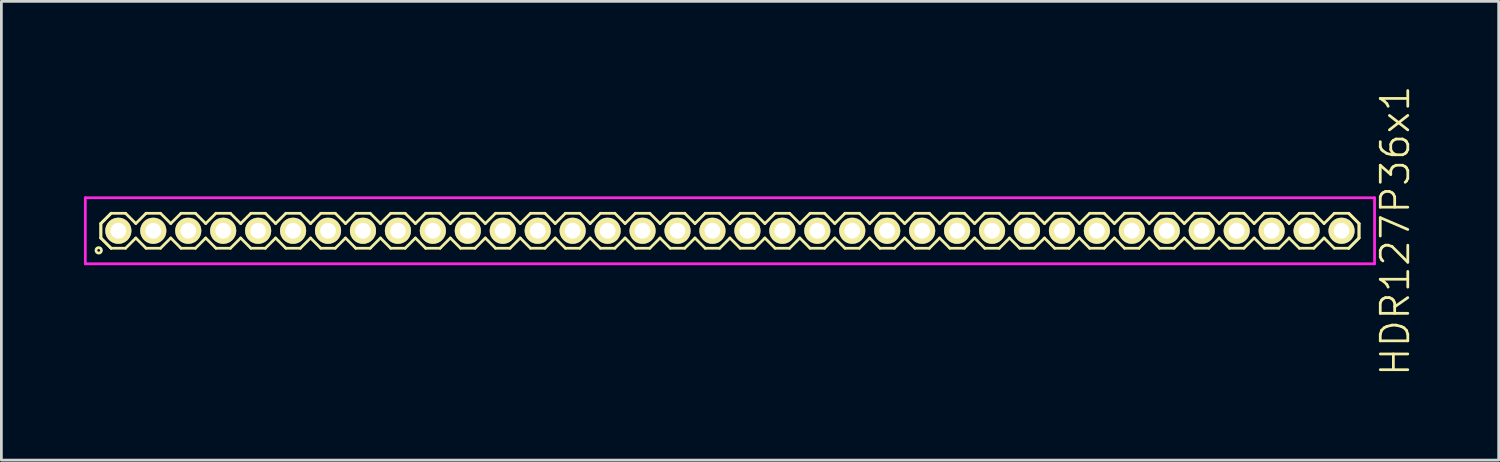
<source format=kicad_pcb>
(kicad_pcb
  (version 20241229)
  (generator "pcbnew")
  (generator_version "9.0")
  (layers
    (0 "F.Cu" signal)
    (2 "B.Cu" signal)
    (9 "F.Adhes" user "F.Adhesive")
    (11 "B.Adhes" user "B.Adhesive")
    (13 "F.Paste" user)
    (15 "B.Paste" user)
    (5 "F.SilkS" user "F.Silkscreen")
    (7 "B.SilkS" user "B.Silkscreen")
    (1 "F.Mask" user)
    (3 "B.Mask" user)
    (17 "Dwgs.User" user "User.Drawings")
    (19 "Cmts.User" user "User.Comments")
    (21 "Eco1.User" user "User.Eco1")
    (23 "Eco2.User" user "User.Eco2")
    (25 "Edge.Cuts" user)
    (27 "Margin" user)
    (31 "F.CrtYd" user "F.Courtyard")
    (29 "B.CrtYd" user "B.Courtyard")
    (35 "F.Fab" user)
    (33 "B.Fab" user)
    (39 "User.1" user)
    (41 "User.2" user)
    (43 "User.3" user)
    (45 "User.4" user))
  (footprint "HDR127P36x1"
    (layer "F.Cu")
    (at 23.475 5.336)
    (property "Reference" "HDR127P36x1" (at 24.175 0 90) (layer "F.SilkS") (effects (font (size 1 1) (thickness 0.1))))
    (attr through_hole)
    (fp_line (start -22.86 -0.263) (end -22.488 -0.635) (stroke (width 0.1) (type solid)) (layer "F.SilkS"))
    (fp_line (start -22.86 -0.263) (end -22.488 -0.635) (stroke (width 0.1) (type solid)) (layer "F.SilkS"))
    (fp_line (start -22.86 0.263) (end -22.86 -0.263) (stroke (width 0.1) (type solid)) (layer "F.SilkS"))
    (fp_line (start -22.86 0.263) (end -22.86 -0.263) (stroke (width 0.1) (type solid)) (layer "F.SilkS"))
    (fp_line (start -22.488 -0.635) (end -21.962 -0.635) (stroke (width 0.1) (type solid)) (layer "F.SilkS"))
    (fp_line (start -22.488 0.635) (end -22.86 0.263) (stroke (width 0.1) (type solid)) (layer "F.SilkS"))
    (fp_line (start -22.488 0.635) (end -22.86 0.263) (stroke (width 0.1) (type solid)) (layer "F.SilkS"))
    (fp_line (start -21.962 -0.635) (end -21.59 -0.263) (stroke (width 0.1) (type solid)) (layer "F.SilkS"))
    (fp_line (start -21.962 0.635) (end -22.488 0.635) (stroke (width 0.1) (type solid)) (layer "F.SilkS"))
    (fp_line (start -21.59 -0.263) (end -21.218 -0.635) (stroke (width 0.1) (type solid)) (layer "F.SilkS"))
    (fp_line (start -21.59 0.263) (end -21.962 0.635) (stroke (width 0.1) (type solid)) (layer "F.SilkS"))
    (fp_line (start -21.218 -0.635) (end -20.692 -0.635) (stroke (width 0.1) (type solid)) (layer "F.SilkS"))
    (fp_line (start -21.218 0.635) (end -21.59 0.263) (stroke (width 0.1) (type solid)) (layer "F.SilkS"))
    (fp_line (start -20.692 -0.635) (end -20.32 -0.263) (stroke (width 0.1) (type solid)) (layer "F.SilkS"))
    (fp_line (start -20.692 0.635) (end -21.218 0.635) (stroke (width 0.1) (type solid)) (layer "F.SilkS"))
    (fp_line (start -20.32 -0.263) (end -19.948 -0.635) (stroke (width 0.1) (type solid)) (layer "F.SilkS"))
    (fp_line (start -20.32 0.263) (end -20.692 0.635) (stroke (width 0.1) (type solid)) (layer "F.SilkS"))
    (fp_line (start -19.948 -0.635) (end -19.422 -0.635) (stroke (width 0.1) (type solid)) (layer "F.SilkS"))
    (fp_line (start -19.948 0.635) (end -20.32 0.263) (stroke (width 0.1) (type solid)) (layer "F.SilkS"))
    (fp_line (start -19.422 -0.635) (end -19.05 -0.263) (stroke (width 0.1) (type solid)) (layer "F.SilkS"))
    (fp_line (start -19.422 0.635) (end -19.948 0.635) (stroke (width 0.1) (type solid)) (layer "F.SilkS"))
    (fp_line (start -19.05 -0.263) (end -18.678 -0.635) (stroke (width 0.1) (type solid)) (layer "F.SilkS"))
    (fp_line (start -19.05 0.263) (end -19.422 0.635) (stroke (width 0.1) (type solid)) (layer "F.SilkS"))
    (fp_line (start -18.678 -0.635) (end -18.152 -0.635) (stroke (width 0.1) (type solid)) (layer "F.SilkS"))
    (fp_line (start -18.678 0.635) (end -19.05 0.263) (stroke (width 0.1) (type solid)) (layer "F.SilkS"))
    (fp_line (start -18.152 -0.635) (end -17.78 -0.263) (stroke (width 0.1) (type solid)) (layer "F.SilkS"))
    (fp_line (start -18.152 0.635) (end -18.678 0.635) (stroke (width 0.1) (type solid)) (layer "F.SilkS"))
    (fp_line (start -17.78 -0.263) (end -17.408 -0.635) (stroke (width 0.1) (type solid)) (layer "F.SilkS"))
    (fp_line (start -17.78 0.263) (end -18.152 0.635) (stroke (width 0.1) (type solid)) (layer "F.SilkS"))
    (fp_line (start -17.408 -0.635) (end -16.882 -0.635) (stroke (width 0.1) (type solid)) (layer "F.SilkS"))
    (fp_line (start -17.408 0.635) (end -17.78 0.263) (stroke (width 0.1) (type solid)) (layer "F.SilkS"))
    (fp_line (start -16.882 -0.635) (end -16.51 -0.263) (stroke (width 0.1) (type solid)) (layer "F.SilkS"))
    (fp_line (start -16.882 0.635) (end -17.408 0.635) (stroke (width 0.1) (type solid)) (layer "F.SilkS"))
    (fp_line (start -16.51 -0.263) (end -16.138 -0.635) (stroke (width 0.1) (type solid)) (layer "F.SilkS"))
    (fp_line (start -16.51 0.263) (end -16.882 0.635) (stroke (width 0.1) (type solid)) (layer "F.SilkS"))
    (fp_line (start -16.138 -0.635) (end -15.612 -0.635) (stroke (width 0.1) (type solid)) (layer "F.SilkS"))
    (fp_line (start -16.138 0.635) (end -16.51 0.263) (stroke (width 0.1) (type solid)) (layer "F.SilkS"))
    (fp_line (start -15.612 -0.635) (end -15.24 -0.263) (stroke (width 0.1) (type solid)) (layer "F.SilkS"))
    (fp_line (start -15.612 0.635) (end -16.138 0.635) (stroke (width 0.1) (type solid)) (layer "F.SilkS"))
    (fp_line (start -15.24 -0.263) (end -14.868 -0.635) (stroke (width 0.1) (type solid)) (layer "F.SilkS"))
    (fp_line (start -15.24 0.263) (end -15.612 0.635) (stroke (width 0.1) (type solid)) (layer "F.SilkS"))
    (fp_line (start -14.868 -0.635) (end -14.342 -0.635) (stroke (width 0.1) (type solid)) (layer "F.SilkS"))
    (fp_line (start -14.868 0.635) (end -15.24 0.263) (stroke (width 0.1) (type solid)) (layer "F.SilkS"))
    (fp_line (start -14.342 -0.635) (end -13.97 -0.263) (stroke (width 0.1) (type solid)) (layer "F.SilkS"))
    (fp_line (start -14.342 0.635) (end -14.868 0.635) (stroke (width 0.1) (type solid)) (layer "F.SilkS"))
    (fp_line (start -13.97 -0.263) (end -13.598 -0.635) (stroke (width 0.1) (type solid)) (layer "F.SilkS"))
    (fp_line (start -13.97 0.263) (end -14.342 0.635) (stroke (width 0.1) (type solid)) (layer "F.SilkS"))
    (fp_line (start -13.598 -0.635) (end -13.072 -0.635) (stroke (width 0.1) (type solid)) (layer "F.SilkS"))
    (fp_line (start -13.598 0.635) (end -13.97 0.263) (stroke (width 0.1) (type solid)) (layer "F.SilkS"))
    (fp_line (start -13.072 -0.635) (end -12.7 -0.263) (stroke (width 0.1) (type solid)) (layer "F.SilkS"))
    (fp_line (start -13.072 0.635) (end -13.598 0.635) (stroke (width 0.1) (type solid)) (layer "F.SilkS"))
    (fp_line (start -12.7 -0.263) (end -12.328 -0.635) (stroke (width 0.1) (type solid)) (layer "F.SilkS"))
    (fp_line (start -12.7 0.263) (end -13.072 0.635) (stroke (width 0.1) (type solid)) (layer "F.SilkS"))
    (fp_line (start -12.328 -0.635) (end -11.802 -0.635) (stroke (width 0.1) (type solid)) (layer "F.SilkS"))
    (fp_line (start -12.328 0.635) (end -12.7 0.263) (stroke (width 0.1) (type solid)) (layer "F.SilkS"))
    (fp_line (start -11.802 -0.635) (end -11.43 -0.263) (stroke (width 0.1) (type solid)) (layer "F.SilkS"))
    (fp_line (start -11.802 0.635) (end -12.328 0.635) (stroke (width 0.1) (type solid)) (layer "F.SilkS"))
    (fp_line (start -11.43 -0.263) (end -11.058 -0.635) (stroke (width 0.1) (type solid)) (layer "F.SilkS"))
    (fp_line (start -11.43 0.263) (end -11.802 0.635) (stroke (width 0.1) (type solid)) (layer "F.SilkS"))
    (fp_line (start -11.058 -0.635) (end -10.532 -0.635) (stroke (width 0.1) (type solid)) (layer "F.SilkS"))
    (fp_line (start -11.058 0.635) (end -11.43 0.263) (stroke (width 0.1) (type solid)) (layer "F.SilkS"))
    (fp_line (start -10.532 -0.635) (end -10.16 -0.263) (stroke (width 0.1) (type solid)) (layer "F.SilkS"))
    (fp_line (start -10.532 0.635) (end -11.058 0.635) (stroke (width 0.1) (type solid)) (layer "F.SilkS"))
    (fp_line (start -10.16 -0.263) (end -9.788 -0.635) (stroke (width 0.1) (type solid)) (layer "F.SilkS"))
    (fp_line (start -10.16 0.263) (end -10.532 0.635) (stroke (width 0.1) (type solid)) (layer "F.SilkS"))
    (fp_line (start -9.788 -0.635) (end -9.262 -0.635) (stroke (width 0.1) (type solid)) (layer "F.SilkS"))
    (fp_line (start -9.788 0.635) (end -10.16 0.263) (stroke (width 0.1) (type solid)) (layer "F.SilkS"))
    (fp_line (start -9.262 -0.635) (end -8.89 -0.263) (stroke (width 0.1) (type solid)) (layer "F.SilkS"))
    (fp_line (start -9.262 0.635) (end -9.788 0.635) (stroke (width 0.1) (type solid)) (layer "F.SilkS"))
    (fp_line (start -8.89 -0.263) (end -8.518 -0.635) (stroke (width 0.1) (type solid)) (layer "F.SilkS"))
    (fp_line (start -8.89 0.263) (end -9.262 0.635) (stroke (width 0.1) (type solid)) (layer "F.SilkS"))
    (fp_line (start -8.518 -0.635) (end -7.992 -0.635) (stroke (width 0.1) (type solid)) (layer "F.SilkS"))
    (fp_line (start -8.518 0.635) (end -8.89 0.263) (stroke (width 0.1) (type solid)) (layer "F.SilkS"))
    (fp_line (start -7.992 -0.635) (end -7.62 -0.263) (stroke (width 0.1) (type solid)) (layer "F.SilkS"))
    (fp_line (start -7.992 0.635) (end -8.518 0.635) (stroke (width 0.1) (type solid)) (layer "F.SilkS"))
    (fp_line (start -7.62 -0.263) (end -7.248 -0.635) (stroke (width 0.1) (type solid)) (layer "F.SilkS"))
    (fp_line (start -7.62 0.263) (end -7.992 0.635) (stroke (width 0.1) (type solid)) (layer "F.SilkS"))
    (fp_line (start -7.248 -0.635) (end -6.722 -0.635) (stroke (width 0.1) (type solid)) (layer "F.SilkS"))
    (fp_line (start -7.248 0.635) (end -7.62 0.263) (stroke (width 0.1) (type solid)) (layer "F.SilkS"))
    (fp_line (start -6.722 -0.635) (end -6.35 -0.263) (stroke (width 0.1) (type solid)) (layer "F.SilkS"))
    (fp_line (start -6.722 0.635) (end -7.248 0.635) (stroke (width 0.1) (type solid)) (layer "F.SilkS"))
    (fp_line (start -6.35 -0.263) (end -5.978 -0.635) (stroke (width 0.1) (type solid)) (layer "F.SilkS"))
    (fp_line (start -6.35 0.263) (end -6.722 0.635) (stroke (width 0.1) (type solid)) (layer "F.SilkS"))
    (fp_line (start -5.978 -0.635) (end -5.452 -0.635) (stroke (width 0.1) (type solid)) (layer "F.SilkS"))
    (fp_line (start -5.978 0.635) (end -6.35 0.263) (stroke (width 0.1) (type solid)) (layer "F.SilkS"))
    (fp_line (start -5.452 -0.635) (end -5.08 -0.263) (stroke (width 0.1) (type solid)) (layer "F.SilkS"))
    (fp_line (start -5.452 0.635) (end -5.978 0.635) (stroke (width 0.1) (type solid)) (layer "F.SilkS"))
    (fp_line (start -5.08 -0.263) (end -4.708 -0.635) (stroke (width 0.1) (type solid)) (layer "F.SilkS"))
    (fp_line (start -5.08 0.263) (end -5.452 0.635) (stroke (width 0.1) (type solid)) (layer "F.SilkS"))
    (fp_line (start -4.708 -0.635) (end -4.182 -0.635) (stroke (width 0.1) (type solid)) (layer "F.SilkS"))
    (fp_line (start -4.708 0.635) (end -5.08 0.263) (stroke (width 0.1) (type solid)) (layer "F.SilkS"))
    (fp_line (start -4.182 -0.635) (end -3.81 -0.263) (stroke (width 0.1) (type solid)) (layer "F.SilkS"))
    (fp_line (start -4.182 0.635) (end -4.708 0.635) (stroke (width 0.1) (type solid)) (layer "F.SilkS"))
    (fp_line (start -3.81 -0.263) (end -3.438 -0.635) (stroke (width 0.1) (type solid)) (layer "F.SilkS"))
    (fp_line (start -3.81 0.263) (end -4.182 0.635) (stroke (width 0.1) (type solid)) (layer "F.SilkS"))
    (fp_line (start -3.438 -0.635) (end -2.912 -0.635) (stroke (width 0.1) (type solid)) (layer "F.SilkS"))
    (fp_line (start -3.438 0.635) (end -3.81 0.263) (stroke (width 0.1) (type solid)) (layer "F.SilkS"))
    (fp_line (start -2.912 -0.635) (end -2.54 -0.263) (stroke (width 0.1) (type solid)) (layer "F.SilkS"))
    (fp_line (start -2.912 0.635) (end -3.438 0.635) (stroke (width 0.1) (type solid)) (layer "F.SilkS"))
    (fp_line (start -2.54 -0.263) (end -2.168 -0.635) (stroke (width 0.1) (type solid)) (layer "F.SilkS"))
    (fp_line (start -2.54 0.263) (end -2.912 0.635) (stroke (width 0.1) (type solid)) (layer "F.SilkS"))
    (fp_line (start -2.168 -0.635) (end -1.642 -0.635) (stroke (width 0.1) (type solid)) (layer "F.SilkS"))
    (fp_line (start -2.168 0.635) (end -2.54 0.263) (stroke (width 0.1) (type solid)) (layer "F.SilkS"))
    (fp_line (start -1.642 -0.635) (end -1.27 -0.263) (stroke (width 0.1) (type solid)) (layer "F.SilkS"))
    (fp_line (start -1.642 0.635) (end -2.168 0.635) (stroke (width 0.1) (type solid)) (layer "F.SilkS"))
    (fp_line (start -1.27 -0.263) (end -0.898 -0.635) (stroke (width 0.1) (type solid)) (layer "F.SilkS"))
    (fp_line (start -1.27 0.263) (end -1.642 0.635) (stroke (width 0.1) (type solid)) (layer "F.SilkS"))
    (fp_line (start -0.898 -0.635) (end -0.372 -0.635) (stroke (width 0.1) (type solid)) (layer "F.SilkS"))
    (fp_line (start -0.898 0.635) (end -1.27 0.263) (stroke (width 0.1) (type solid)) (layer "F.SilkS"))
    (fp_line (start -0.372 -0.635) (end 0 -0.263) (stroke (width 0.1) (type solid)) (layer "F.SilkS"))
    (fp_line (start -0.372 0.635) (end -0.898 0.635) (stroke (width 0.1) (type solid)) (layer "F.SilkS"))
    (fp_line (start 0 -0.263) (end 0.372 -0.635) (stroke (width 0.1) (type solid)) (layer "F.SilkS"))
    (fp_line (start 0 0.263) (end -0.372 0.635) (stroke (width 0.1) (type solid)) (layer "F.SilkS"))
    (fp_line (start 0.372 -0.635) (end 0.898 -0.635) (stroke (width 0.1) (type solid)) (layer "F.SilkS"))
    (fp_line (start 0.372 0.635) (end 0 0.263) (stroke (width 0.1) (type solid)) (layer "F.SilkS"))
    (fp_line (start 0.898 -0.635) (end 1.27 -0.263) (stroke (width 0.1) (type solid)) (layer "F.SilkS"))
    (fp_line (start 0.898 0.635) (end 0.372 0.635) (stroke (width 0.1) (type solid)) (layer "F.SilkS"))
    (fp_line (start 1.27 -0.263) (end 1.642 -0.635) (stroke (width 0.1) (type solid)) (layer "F.SilkS"))
    (fp_line (start 1.27 0.263) (end 0.898 0.635) (stroke (width 0.1) (type solid)) (layer "F.SilkS"))
    (fp_line (start 1.642 -0.635) (end 2.168 -0.635) (stroke (width 0.1) (type solid)) (layer "F.SilkS"))
    (fp_line (start 1.642 0.635) (end 1.27 0.263) (stroke (width 0.1) (type solid)) (layer "F.SilkS"))
    (fp_line (start 2.168 -0.635) (end 2.54 -0.263) (stroke (width 0.1) (type solid)) (layer "F.SilkS"))
    (fp_line (start 2.168 0.635) (end 1.642 0.635) (stroke (width 0.1) (type solid)) (layer "F.SilkS"))
    (fp_line (start 2.54 -0.263) (end 2.912 -0.635) (stroke (width 0.1) (type solid)) (layer "F.SilkS"))
    (fp_line (start 2.54 0.263) (end 2.168 0.635) (stroke (width 0.1) (type solid)) (layer "F.SilkS"))
    (fp_line (start 2.912 -0.635) (end 3.438 -0.635) (stroke (width 0.1) (type solid)) (layer "F.SilkS"))
    (fp_line (start 2.912 0.635) (end 2.54 0.263) (stroke (width 0.1) (type solid)) (layer "F.SilkS"))
    (fp_line (start 3.438 -0.635) (end 3.81 -0.263) (stroke (width 0.1) (type solid)) (layer "F.SilkS"))
    (fp_line (start 3.438 0.635) (end 2.912 0.635) (stroke (width 0.1) (type solid)) (layer "F.SilkS"))
    (fp_line (start 3.81 -0.263) (end 4.182 -0.635) (stroke (width 0.1) (type solid)) (layer "F.SilkS"))
    (fp_line (start 3.81 0.263) (end 3.438 0.635) (stroke (width 0.1) (type solid)) (layer "F.SilkS"))
    (fp_line (start 4.182 -0.635) (end 4.708 -0.635) (stroke (width 0.1) (type solid)) (layer "F.SilkS"))
    (fp_line (start 4.182 0.635) (end 3.81 0.263) (stroke (width 0.1) (type solid)) (layer "F.SilkS"))
    (fp_line (start 4.708 -0.635) (end 5.08 -0.263) (stroke (width 0.1) (type solid)) (layer "F.SilkS"))
    (fp_line (start 4.708 0.635) (end 4.182 0.635) (stroke (width 0.1) (type solid)) (layer "F.SilkS"))
    (fp_line (start 5.08 -0.263) (end 5.452 -0.635) (stroke (width 0.1) (type solid)) (layer "F.SilkS"))
    (fp_line (start 5.08 0.263) (end 4.708 0.635) (stroke (width 0.1) (type solid)) (layer "F.SilkS"))
    (fp_line (start 5.452 -0.635) (end 5.978 -0.635) (stroke (width 0.1) (type solid)) (layer "F.SilkS"))
    (fp_line (start 5.452 0.635) (end 5.08 0.263) (stroke (width 0.1) (type solid)) (layer "F.SilkS"))
    (fp_line (start 5.978 -0.635) (end 6.35 -0.263) (stroke (width 0.1) (type solid)) (layer "F.SilkS"))
    (fp_line (start 5.978 0.635) (end 5.452 0.635) (stroke (width 0.1) (type solid)) (layer "F.SilkS"))
    (fp_line (start 6.35 -0.263) (end 6.722 -0.635) (stroke (width 0.1) (type solid)) (layer "F.SilkS"))
    (fp_line (start 6.35 0.263) (end 5.978 0.635) (stroke (width 0.1) (type solid)) (layer "F.SilkS"))
    (fp_line (start 6.722 -0.635) (end 7.248 -0.635) (stroke (width 0.1) (type solid)) (layer "F.SilkS"))
    (fp_line (start 6.722 0.635) (end 6.35 0.263) (stroke (width 0.1) (type solid)) (layer "F.SilkS"))
    (fp_line (start 7.248 -0.635) (end 7.62 -0.263) (stroke (width 0.1) (type solid)) (layer "F.SilkS"))
    (fp_line (start 7.248 0.635) (end 6.722 0.635) (stroke (width 0.1) (type solid)) (layer "F.SilkS"))
    (fp_line (start 7.62 -0.263) (end 7.992 -0.635) (stroke (width 0.1) (type solid)) (layer "F.SilkS"))
    (fp_line (start 7.62 0.263) (end 7.248 0.635) (stroke (width 0.1) (type solid)) (layer "F.SilkS"))
    (fp_line (start 7.992 -0.635) (end 8.518 -0.635) (stroke (width 0.1) (type solid)) (layer "F.SilkS"))
    (fp_line (start 7.992 0.635) (end 7.62 0.263) (stroke (width 0.1) (type solid)) (layer "F.SilkS"))
    (fp_line (start 8.518 -0.635) (end 8.89 -0.263) (stroke (width 0.1) (type solid)) (layer "F.SilkS"))
    (fp_line (start 8.518 0.635) (end 7.992 0.635) (stroke (width 0.1) (type solid)) (layer "F.SilkS"))
    (fp_line (start 8.89 -0.263) (end 9.262 -0.635) (stroke (width 0.1) (type solid)) (layer "F.SilkS"))
    (fp_line (start 8.89 0.263) (end 8.518 0.635) (stroke (width 0.1) (type solid)) (layer "F.SilkS"))
    (fp_line (start 9.262 -0.635) (end 9.788 -0.635) (stroke (width 0.1) (type solid)) (layer "F.SilkS"))
    (fp_line (start 9.262 0.635) (end 8.89 0.263) (stroke (width 0.1) (type solid)) (layer "F.SilkS"))
    (fp_line (start 9.788 -0.635) (end 10.16 -0.263) (stroke (width 0.1) (type solid)) (layer "F.SilkS"))
    (fp_line (start 9.788 0.635) (end 9.262 0.635) (stroke (width 0.1) (type solid)) (layer "F.SilkS"))
    (fp_line (start 10.16 -0.263) (end 10.532 -0.635) (stroke (width 0.1) (type solid)) (layer "F.SilkS"))
    (fp_line (start 10.16 0.263) (end 9.788 0.635) (stroke (width 0.1) (type solid)) (layer "F.SilkS"))
    (fp_line (start 10.532 -0.635) (end 11.058 -0.635) (stroke (width 0.1) (type solid)) (layer "F.SilkS"))
    (fp_line (start 10.532 0.635) (end 10.16 0.263) (stroke (width 0.1) (type solid)) (layer "F.SilkS"))
    (fp_line (start 11.058 -0.635) (end 11.43 -0.263) (stroke (width 0.1) (type solid)) (layer "F.SilkS"))
    (fp_line (start 11.058 0.635) (end 10.532 0.635) (stroke (width 0.1) (type solid)) (layer "F.SilkS"))
    (fp_line (start 11.43 -0.263) (end 11.802 -0.635) (stroke (width 0.1) (type solid)) (layer "F.SilkS"))
    (fp_line (start 11.43 0.263) (end 11.058 0.635) (stroke (width 0.1) (type solid)) (layer "F.SilkS"))
    (fp_line (start 11.802 -0.635) (end 12.328 -0.635) (stroke (width 0.1) (type solid)) (layer "F.SilkS"))
    (fp_line (start 11.802 0.635) (end 11.43 0.263) (stroke (width 0.1) (type solid)) (layer "F.SilkS"))
    (fp_line (start 12.328 -0.635) (end 12.7 -0.263) (stroke (width 0.1) (type solid)) (layer "F.SilkS"))
    (fp_line (start 12.328 0.635) (end 11.802 0.635) (stroke (width 0.1) (type solid)) (layer "F.SilkS"))
    (fp_line (start 12.7 -0.263) (end 13.072 -0.635) (stroke (width 0.1) (type solid)) (layer "F.SilkS"))
    (fp_line (start 12.7 0.263) (end 12.328 0.635) (stroke (width 0.1) (type solid)) (layer "F.SilkS"))
    (fp_line (start 13.072 -0.635) (end 13.598 -0.635) (stroke (width 0.1) (type solid)) (layer "F.SilkS"))
    (fp_line (start 13.072 0.635) (end 12.7 0.263) (stroke (width 0.1) (type solid)) (layer "F.SilkS"))
    (fp_line (start 13.598 -0.635) (end 13.97 -0.263) (stroke (width 0.1) (type solid)) (layer "F.SilkS"))
    (fp_line (start 13.598 0.635) (end 13.072 0.635) (stroke (width 0.1) (type solid)) (layer "F.SilkS"))
    (fp_line (start 13.97 -0.263) (end 14.342 -0.635) (stroke (width 0.1) (type solid)) (layer "F.SilkS"))
    (fp_line (start 13.97 0.263) (end 13.598 0.635) (stroke (width 0.1) (type solid)) (layer "F.SilkS"))
    (fp_line (start 14.342 -0.635) (end 14.868 -0.635) (stroke (width 0.1) (type solid)) (layer "F.SilkS"))
    (fp_line (start 14.342 0.635) (end 13.97 0.263) (stroke (width 0.1) (type solid)) (layer "F.SilkS"))
    (fp_line (start 14.868 -0.635) (end 15.24 -0.263) (stroke (width 0.1) (type solid)) (layer "F.SilkS"))
    (fp_line (start 14.868 0.635) (end 14.342 0.635) (stroke (width 0.1) (type solid)) (layer "F.SilkS"))
    (fp_line (start 15.24 -0.263) (end 15.612 -0.635) (stroke (width 0.1) (type solid)) (layer "F.SilkS"))
    (fp_line (start 15.24 0.263) (end 14.868 0.635) (stroke (width 0.1) (type solid)) (layer "F.SilkS"))
    (fp_line (start 15.612 -0.635) (end 16.138 -0.635) (stroke (width 0.1) (type solid)) (layer "F.SilkS"))
    (fp_line (start 15.612 0.635) (end 15.24 0.263) (stroke (width 0.1) (type solid)) (layer "F.SilkS"))
    (fp_line (start 16.138 -0.635) (end 16.51 -0.263) (stroke (width 0.1) (type solid)) (layer "F.SilkS"))
    (fp_line (start 16.138 0.635) (end 15.612 0.635) (stroke (width 0.1) (type solid)) (layer "F.SilkS"))
    (fp_line (start 16.51 -0.263) (end 16.882 -0.635) (stroke (width 0.1) (type solid)) (layer "F.SilkS"))
    (fp_line (start 16.51 0.263) (end 16.138 0.635) (stroke (width 0.1) (type solid)) (layer "F.SilkS"))
    (fp_line (start 16.882 -0.635) (end 17.408 -0.635) (stroke (width 0.1) (type solid)) (layer "F.SilkS"))
    (fp_line (start 16.882 0.635) (end 16.51 0.263) (stroke (width 0.1) (type solid)) (layer "F.SilkS"))
    (fp_line (start 17.408 -0.635) (end 17.78 -0.263) (stroke (width 0.1) (type solid)) (layer "F.SilkS"))
    (fp_line (start 17.408 0.635) (end 16.882 0.635) (stroke (width 0.1) (type solid)) (layer "F.SilkS"))
    (fp_line (start 17.78 -0.263) (end 18.152 -0.635) (stroke (width 0.1) (type solid)) (layer "F.SilkS"))
    (fp_line (start 17.78 0.263) (end 17.408 0.635) (stroke (width 0.1) (type solid)) (layer "F.SilkS"))
    (fp_line (start 18.152 -0.635) (end 18.678 -0.635) (stroke (width 0.1) (type solid)) (layer "F.SilkS"))
    (fp_line (start 18.152 0.635) (end 17.78 0.263) (stroke (width 0.1) (type solid)) (layer "F.SilkS"))
    (fp_line (start 18.678 -0.635) (end 19.05 -0.263) (stroke (width 0.1) (type solid)) (layer "F.SilkS"))
    (fp_line (start 18.678 0.635) (end 18.152 0.635) (stroke (width 0.1) (type solid)) (layer "F.SilkS"))
    (fp_line (start 19.05 -0.263) (end 19.422 -0.635) (stroke (width 0.1) (type solid)) (layer "F.SilkS"))
    (fp_line (start 19.05 0.263) (end 18.678 0.635) (stroke (width 0.1) (type solid)) (layer "F.SilkS"))
    (fp_line (start 19.422 -0.635) (end 19.948 -0.635) (stroke (width 0.1) (type solid)) (layer "F.SilkS"))
    (fp_line (start 19.422 0.635) (end 19.05 0.263) (stroke (width 0.1) (type solid)) (layer "F.SilkS"))
    (fp_line (start 19.948 -0.635) (end 20.32 -0.263) (stroke (width 0.1) (type solid)) (layer "F.SilkS"))
    (fp_line (start 19.948 0.635) (end 19.422 0.635) (stroke (width 0.1) (type solid)) (layer "F.SilkS"))
    (fp_line (start 20.32 -0.263) (end 20.692 -0.635) (stroke (width 0.1) (type solid)) (layer "F.SilkS"))
    (fp_line (start 20.32 0.263) (end 19.948 0.635) (stroke (width 0.1) (type solid)) (layer "F.SilkS"))
    (fp_line (start 20.692 -0.635) (end 21.218 -0.635) (stroke (width 0.1) (type solid)) (layer "F.SilkS"))
    (fp_line (start 20.692 0.635) (end 20.32 0.263) (stroke (width 0.1) (type solid)) (layer "F.SilkS"))
    (fp_line (start 21.218 -0.635) (end 21.59 -0.263) (stroke (width 0.1) (type solid)) (layer "F.SilkS"))
    (fp_line (start 21.218 0.635) (end 20.692 0.635) (stroke (width 0.1) (type solid)) (layer "F.SilkS"))
    (fp_line (start 21.59 -0.263) (end 21.962 -0.635) (stroke (width 0.1) (type solid)) (layer "F.SilkS"))
    (fp_line (start 21.59 0.263) (end 21.218 0.635) (stroke (width 0.1) (type solid)) (layer "F.SilkS"))
    (fp_line (start 21.962 -0.635) (end 22.488 -0.635) (stroke (width 0.1) (type solid)) (layer "F.SilkS"))
    (fp_line (start 21.962 0.635) (end 21.59 0.263) (stroke (width 0.1) (type solid)) (layer "F.SilkS"))
    (fp_line (start 22.488 -0.635) (end 22.86 -0.263) (stroke (width 0.1) (type solid)) (layer "F.SilkS"))
    (fp_line (start 22.488 -0.635) (end 22.86 -0.263) (stroke (width 0.1) (type solid)) (layer "F.SilkS"))
    (fp_line (start 22.488 0.635) (end 21.962 0.635) (stroke (width 0.1) (type solid)) (layer "F.SilkS"))
    (fp_line (start 22.86 -0.263) (end 22.86 0.263) (stroke (width 0.1) (type solid)) (layer "F.SilkS"))
    (fp_line (start 22.86 -0.263) (end 22.86 0.263) (stroke (width 0.1) (type solid)) (layer "F.SilkS"))
    (fp_line (start 22.86 0.263) (end 22.488 0.635) (stroke (width 0.1) (type solid)) (layer "F.SilkS"))
    (fp_line (start 22.86 0.263) (end 22.488 0.635) (stroke (width 0.1) (type solid)) (layer "F.SilkS"))
    (fp_circle (center -22.938 0.712) (end -22.838 0.712) (stroke (width 0.1) (type solid)) (fill no) (layer "F.SilkS"))
    (fp_line (start -23.425 -1.2) (end -23.425 1.2) (stroke (width 0.1) (type solid)) (layer "F.CrtYd"))
    (fp_line (start -23.425 1.2) (end 23.425 1.2) (stroke (width 0.1) (type solid)) (layer "F.CrtYd"))
    (fp_line (start 23.425 -1.2) (end -23.425 -1.2) (stroke (width 0.1) (type solid)) (layer "F.CrtYd"))
    (fp_line (start 23.425 1.2) (end 23.425 -1.2) (stroke (width 0.1) (type solid)) (layer "F.CrtYd"))
    (pad "1" thru_hole oval (at -22.225 0) (size 0.95 0.95) (drill 0.57) (layers "*.Cu" "*.Mask" "F.SilkS"))
    (pad "2" thru_hole oval (at -20.955 0) (size 0.95 0.95) (drill 0.57) (layers "*.Cu" "*.Mask" "F.SilkS"))
    (pad "3" thru_hole oval (at -19.685 0) (size 0.95 0.95) (drill 0.57) (layers "*.Cu" "*.Mask" "F.SilkS"))
    (pad "4" thru_hole oval (at -18.415 0) (size 0.95 0.95) (drill 0.57) (layers "*.Cu" "*.Mask" "F.SilkS"))
    (pad "5" thru_hole oval (at -17.145 0) (size 0.95 0.95) (drill 0.57) (layers "*.Cu" "*.Mask" "F.SilkS"))
    (pad "6" thru_hole oval (at -15.875 0) (size 0.95 0.95) (drill 0.57) (layers "*.Cu" "*.Mask" "F.SilkS"))
    (pad "7" thru_hole oval (at -14.605 0) (size 0.95 0.95) (drill 0.57) (layers "*.Cu" "*.Mask" "F.SilkS"))
    (pad "8" thru_hole oval (at -13.335 0) (size 0.95 0.95) (drill 0.57) (layers "*.Cu" "*.Mask" "F.SilkS"))
    (pad "9" thru_hole oval (at -12.065 0) (size 0.95 0.95) (drill 0.57) (layers "*.Cu" "*.Mask" "F.SilkS"))
    (pad "10" thru_hole oval (at -10.795 0) (size 0.95 0.95) (drill 0.57) (layers "*.Cu" "*.Mask" "F.SilkS"))
    (pad "11" thru_hole oval (at -9.525 0) (size 0.95 0.95) (drill 0.57) (layers "*.Cu" "*.Mask" "F.SilkS"))
    (pad "12" thru_hole oval (at -8.255 0) (size 0.95 0.95) (drill 0.57) (layers "*.Cu" "*.Mask" "F.SilkS"))
    (pad "13" thru_hole oval (at -6.985 0) (size 0.95 0.95) (drill 0.57) (layers "*.Cu" "*.Mask" "F.SilkS"))
    (pad "14" thru_hole oval (at -5.715 0) (size 0.95 0.95) (drill 0.57) (layers "*.Cu" "*.Mask" "F.SilkS"))
    (pad "15" thru_hole oval (at -4.445 0) (size 0.95 0.95) (drill 0.57) (layers "*.Cu" "*.Mask" "F.SilkS"))
    (pad "16" thru_hole oval (at -3.175 0) (size 0.95 0.95) (drill 0.57) (layers "*.Cu" "*.Mask" "F.SilkS"))
    (pad "17" thru_hole oval (at -1.905 0) (size 0.95 0.95) (drill 0.57) (layers "*.Cu" "*.Mask" "F.SilkS"))
    (pad "18" thru_hole oval (at -0.635 0) (size 0.95 0.95) (drill 0.57) (layers "*.Cu" "*.Mask" "F.SilkS"))
    (pad "19" thru_hole oval (at 0.635 0) (size 0.95 0.95) (drill 0.57) (layers "*.Cu" "*.Mask" "F.SilkS"))
    (pad "20" thru_hole oval (at 1.905 0) (size 0.95 0.95) (drill 0.57) (layers "*.Cu" "*.Mask" "F.SilkS"))
    (pad "21" thru_hole oval (at 3.175 0) (size 0.95 0.95) (drill 0.57) (layers "*.Cu" "*.Mask" "F.SilkS"))
    (pad "22" thru_hole oval (at 4.445 0) (size 0.95 0.95) (drill 0.57) (layers "*.Cu" "*.Mask" "F.SilkS"))
    (pad "23" thru_hole oval (at 5.715 0) (size 0.95 0.95) (drill 0.57) (layers "*.Cu" "*.Mask" "F.SilkS"))
    (pad "24" thru_hole oval (at 6.985 0) (size 0.95 0.95) (drill 0.57) (layers "*.Cu" "*.Mask" "F.SilkS"))
    (pad "25" thru_hole oval (at 8.255 0) (size 0.95 0.95) (drill 0.57) (layers "*.Cu" "*.Mask" "F.SilkS"))
    (pad "26" thru_hole oval (at 9.525 0) (size 0.95 0.95) (drill 0.57) (layers "*.Cu" "*.Mask" "F.SilkS"))
    (pad "27" thru_hole oval (at 10.795 0) (size 0.95 0.95) (drill 0.57) (layers "*.Cu" "*.Mask" "F.SilkS"))
    (pad "28" thru_hole oval (at 12.065 0) (size 0.95 0.95) (drill 0.57) (layers "*.Cu" "*.Mask" "F.SilkS"))
    (pad "29" thru_hole oval (at 13.335 0) (size 0.95 0.95) (drill 0.57) (layers "*.Cu" "*.Mask" "F.SilkS"))
    (pad "30" thru_hole oval (at 14.605 0) (size 0.95 0.95) (drill 0.57) (layers "*.Cu" "*.Mask" "F.SilkS"))
    (pad "31" thru_hole oval (at 15.875 0) (size 0.95 0.95) (drill 0.57) (layers "*.Cu" "*.Mask" "F.SilkS"))
    (pad "32" thru_hole oval (at 17.145 0) (size 0.95 0.95) (drill 0.57) (layers "*.Cu" "*.Mask" "F.SilkS"))
    (pad "33" thru_hole oval (at 18.415 0) (size 0.95 0.95) (drill 0.57) (layers "*.Cu" "*.Mask" "F.SilkS"))
    (pad "34" thru_hole oval (at 19.685 0) (size 0.95 0.95) (drill 0.57) (layers "*.Cu" "*.Mask" "F.SilkS"))
    (pad "35" thru_hole oval (at 20.955 0) (size 0.95 0.95) (drill 0.57) (layers "*.Cu" "*.Mask" "F.SilkS"))
    (pad "36" thru_hole oval (at 22.225 0) (size 0.95 0.95) (drill 0.57) (layers "*.Cu" "*.Mask" "F.SilkS")))
  (gr_rect
    (start -3 -3)
    (end 51.41 13.671)
    (stroke (width 0.1) (type default))
    (fill no)
    (layer "Edge.Cuts")))
</source>
